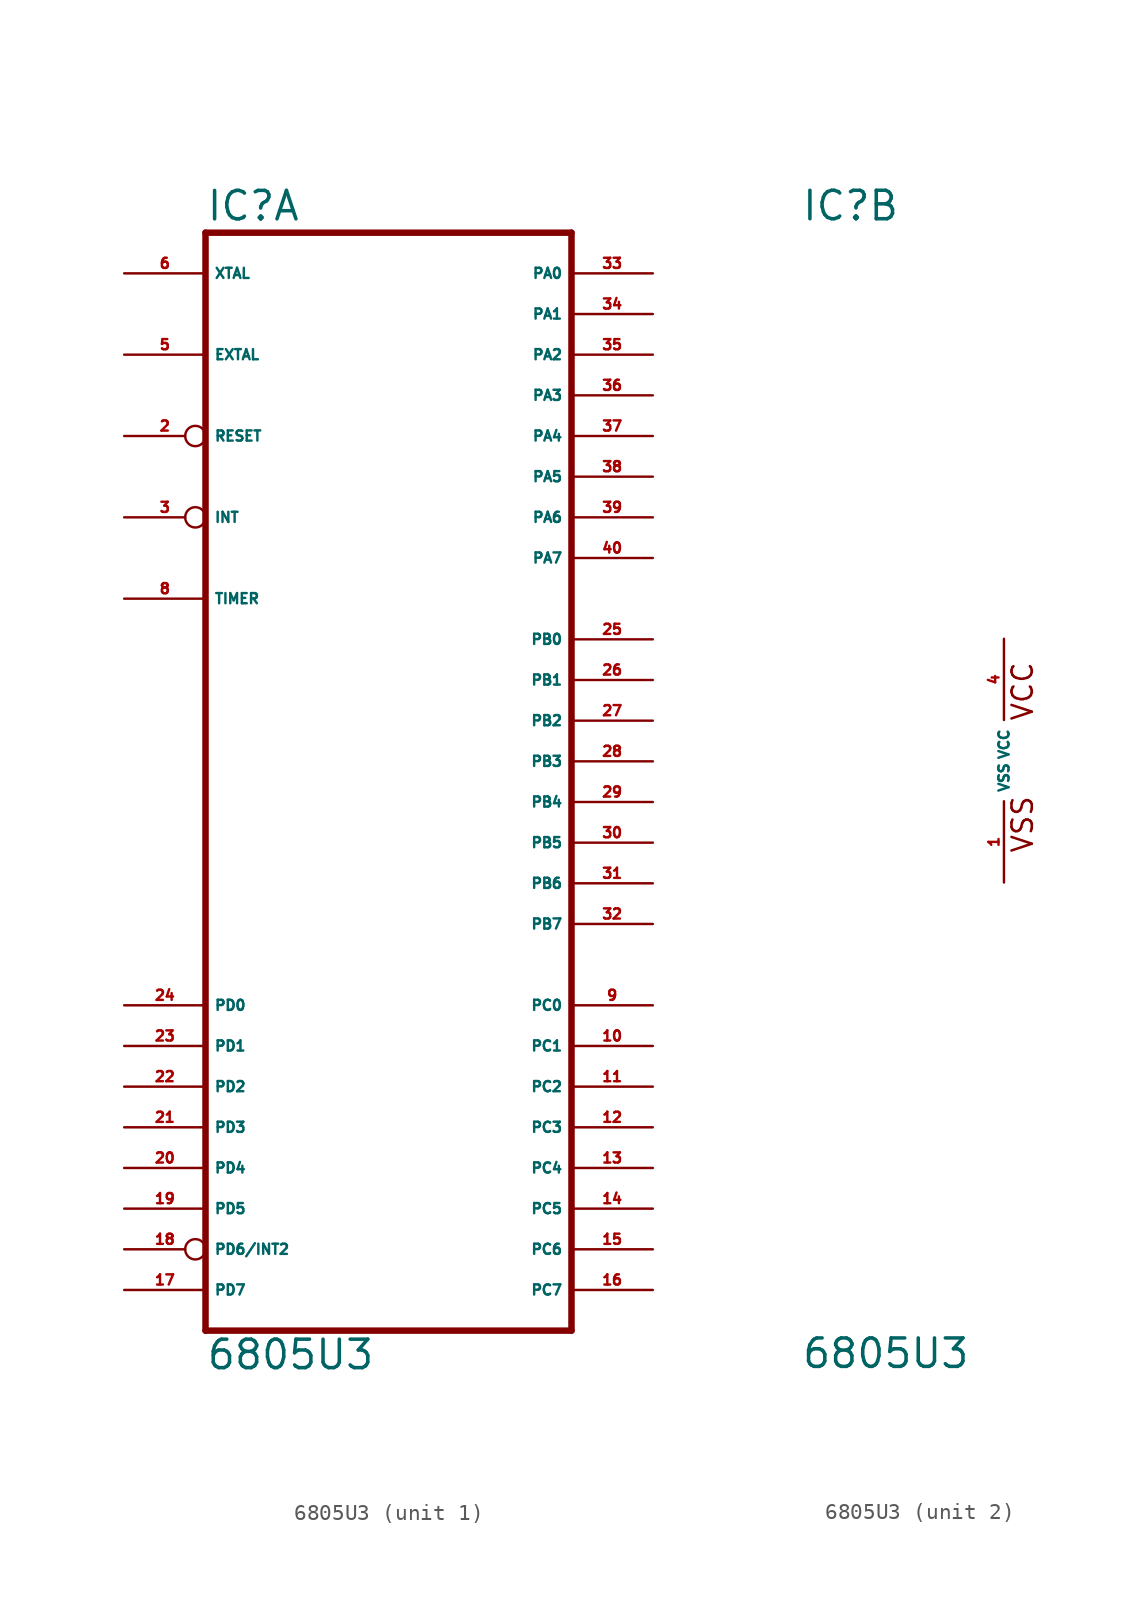
<source format=kicad_sym>
(kicad_symbol_lib
  (version 20220914)
  (generator Eagle2Kicad)
  (symbol "6805U3"
    (property "Reference" "IC"
      (at -12.7 33.655 0)
      (effects (font (size 1.778 1.778) (thickness 0.22)) (justify left bottom)))
    (property "Value" "6805U3"
      (at -12.7 -38.1 0)
      (effects (font (size 1.778 1.778) (thickness 0.22)) (justify left bottom)))
    (symbol "6805U3_1_0"
      (polyline (pts (xy -12.7 -35.56) (xy 10.16 -35.56)) (stroke (width 0.406) (type default)) (fill (type none)))
      (polyline (pts (xy 10.16 -35.56) (xy 10.16 33.02)) (stroke (width 0.406) (type default)) (fill (type none)))
      (polyline (pts (xy 10.16 33.02) (xy -12.7 33.02)) (stroke (width 0.406) (type default)) (fill (type none)))
      (polyline (pts (xy -12.7 33.02) (xy -12.7 -35.56)) (stroke (width 0.406) (type default)) (fill (type none)))
      (pin input inverted (at -17.78 20.32 0) (length 5.08) (name "RESET" (effects (font (size 0.635 0.635) (thickness 0.08)) (justify left bottom))) (number "2" (effects (font (size 0.635 0.635) (thickness 0.08)) (justify left bottom))))
      (pin input inverted (at -17.78 15.24 0) (length 5.08) (name "INT" (effects (font (size 0.635 0.635) (thickness 0.08)) (justify left bottom))) (number "3" (effects (font (size 0.635 0.635) (thickness 0.08)) (justify left bottom))))
      (pin input line (at -17.78 25.4 0) (length 5.08) (name "EXTAL" (effects (font (size 0.635 0.635) (thickness 0.08)) (justify left bottom))) (number "5" (effects (font (size 0.635 0.635) (thickness 0.08)) (justify left bottom))))
      (pin input line (at -17.78 30.48 0) (length 5.08) (name "XTAL" (effects (font (size 0.635 0.635) (thickness 0.08)) (justify left bottom))) (number "6" (effects (font (size 0.635 0.635) (thickness 0.08)) (justify left bottom))))
      (pin input line (at -17.78 10.16 0) (length 5.08) (name "TIMER" (effects (font (size 0.635 0.635) (thickness 0.08)) (justify left bottom))) (number "8" (effects (font (size 0.635 0.635) (thickness 0.08)) (justify left bottom))))
      (pin bidirectional line (at 15.24 -15.24 180) (length 5.08) (name "PC0" (effects (font (size 0.635 0.635) (thickness 0.08)) (justify left bottom))) (number "9" (effects (font (size 0.635 0.635) (thickness 0.08)) (justify left bottom))))
      (pin bidirectional line (at 15.24 -17.78 180) (length 5.08) (name "PC1" (effects (font (size 0.635 0.635) (thickness 0.08)) (justify left bottom))) (number "10" (effects (font (size 0.635 0.635) (thickness 0.08)) (justify left bottom))))
      (pin bidirectional line (at 15.24 -20.32 180) (length 5.08) (name "PC2" (effects (font (size 0.635 0.635) (thickness 0.08)) (justify left bottom))) (number "11" (effects (font (size 0.635 0.635) (thickness 0.08)) (justify left bottom))))
      (pin bidirectional line (at 15.24 -22.86 180) (length 5.08) (name "PC3" (effects (font (size 0.635 0.635) (thickness 0.08)) (justify left bottom))) (number "12" (effects (font (size 0.635 0.635) (thickness 0.08)) (justify left bottom))))
      (pin bidirectional line (at 15.24 -25.4 180) (length 5.08) (name "PC4" (effects (font (size 0.635 0.635) (thickness 0.08)) (justify left bottom))) (number "13" (effects (font (size 0.635 0.635) (thickness 0.08)) (justify left bottom))))
      (pin bidirectional line (at 15.24 -27.94 180) (length 5.08) (name "PC5" (effects (font (size 0.635 0.635) (thickness 0.08)) (justify left bottom))) (number "14" (effects (font (size 0.635 0.635) (thickness 0.08)) (justify left bottom))))
      (pin bidirectional line (at 15.24 -30.48 180) (length 5.08) (name "PC6" (effects (font (size 0.635 0.635) (thickness 0.08)) (justify left bottom))) (number "15" (effects (font (size 0.635 0.635) (thickness 0.08)) (justify left bottom))))
      (pin bidirectional line (at 15.24 -33.02 180) (length 5.08) (name "PC7" (effects (font (size 0.635 0.635) (thickness 0.08)) (justify left bottom))) (number "16" (effects (font (size 0.635 0.635) (thickness 0.08)) (justify left bottom))))
      (pin input line (at -17.78 -33.02 0) (length 5.08) (name "PD7" (effects (font (size 0.635 0.635) (thickness 0.08)) (justify left bottom))) (number "17" (effects (font (size 0.635 0.635) (thickness 0.08)) (justify left bottom))))
      (pin input inverted (at -17.78 -30.48 0) (length 5.08) (name "PD6/INT2" (effects (font (size 0.635 0.635) (thickness 0.08)) (justify left bottom))) (number "18" (effects (font (size 0.635 0.635) (thickness 0.08)) (justify left bottom))))
      (pin input line (at -17.78 -27.94 0) (length 5.08) (name "PD5" (effects (font (size 0.635 0.635) (thickness 0.08)) (justify left bottom))) (number "19" (effects (font (size 0.635 0.635) (thickness 0.08)) (justify left bottom))))
      (pin input line (at -17.78 -25.4 0) (length 5.08) (name "PD4" (effects (font (size 0.635 0.635) (thickness 0.08)) (justify left bottom))) (number "20" (effects (font (size 0.635 0.635) (thickness 0.08)) (justify left bottom))))
      (pin input line (at -17.78 -22.86 0) (length 5.08) (name "PD3" (effects (font (size 0.635 0.635) (thickness 0.08)) (justify left bottom))) (number "21" (effects (font (size 0.635 0.635) (thickness 0.08)) (justify left bottom))))
      (pin input line (at -17.78 -20.32 0) (length 5.08) (name "PD2" (effects (font (size 0.635 0.635) (thickness 0.08)) (justify left bottom))) (number "22" (effects (font (size 0.635 0.635) (thickness 0.08)) (justify left bottom))))
      (pin input line (at -17.78 -17.78 0) (length 5.08) (name "PD1" (effects (font (size 0.635 0.635) (thickness 0.08)) (justify left bottom))) (number "23" (effects (font (size 0.635 0.635) (thickness 0.08)) (justify left bottom))))
      (pin input line (at -17.78 -15.24 0) (length 5.08) (name "PD0" (effects (font (size 0.635 0.635) (thickness 0.08)) (justify left bottom))) (number "24" (effects (font (size 0.635 0.635) (thickness 0.08)) (justify left bottom))))
      (pin bidirectional line (at 15.24 7.62 180) (length 5.08) (name "PB0" (effects (font (size 0.635 0.635) (thickness 0.08)) (justify left bottom))) (number "25" (effects (font (size 0.635 0.635) (thickness 0.08)) (justify left bottom))))
      (pin bidirectional line (at 15.24 5.08 180) (length 5.08) (name "PB1" (effects (font (size 0.635 0.635) (thickness 0.08)) (justify left bottom))) (number "26" (effects (font (size 0.635 0.635) (thickness 0.08)) (justify left bottom))))
      (pin bidirectional line (at 15.24 2.54 180) (length 5.08) (name "PB2" (effects (font (size 0.635 0.635) (thickness 0.08)) (justify left bottom))) (number "27" (effects (font (size 0.635 0.635) (thickness 0.08)) (justify left bottom))))
      (pin bidirectional line (at 15.24 0 180) (length 5.08) (name "PB3" (effects (font (size 0.635 0.635) (thickness 0.08)) (justify left bottom))) (number "28" (effects (font (size 0.635 0.635) (thickness 0.08)) (justify left bottom))))
      (pin bidirectional line (at 15.24 -2.54 180) (length 5.08) (name "PB4" (effects (font (size 0.635 0.635) (thickness 0.08)) (justify left bottom))) (number "29" (effects (font (size 0.635 0.635) (thickness 0.08)) (justify left bottom))))
      (pin bidirectional line (at 15.24 -5.08 180) (length 5.08) (name "PB5" (effects (font (size 0.635 0.635) (thickness 0.08)) (justify left bottom))) (number "30" (effects (font (size 0.635 0.635) (thickness 0.08)) (justify left bottom))))
      (pin bidirectional line (at 15.24 -7.62 180) (length 5.08) (name "PB6" (effects (font (size 0.635 0.635) (thickness 0.08)) (justify left bottom))) (number "31" (effects (font (size 0.635 0.635) (thickness 0.08)) (justify left bottom))))
      (pin bidirectional line (at 15.24 -10.16 180) (length 5.08) (name "PB7" (effects (font (size 0.635 0.635) (thickness 0.08)) (justify left bottom))) (number "32" (effects (font (size 0.635 0.635) (thickness 0.08)) (justify left bottom))))
      (pin bidirectional line (at 15.24 30.48 180) (length 5.08) (name "PA0" (effects (font (size 0.635 0.635) (thickness 0.08)) (justify left bottom))) (number "33" (effects (font (size 0.635 0.635) (thickness 0.08)) (justify left bottom))))
      (pin bidirectional line (at 15.24 27.94 180) (length 5.08) (name "PA1" (effects (font (size 0.635 0.635) (thickness 0.08)) (justify left bottom))) (number "34" (effects (font (size 0.635 0.635) (thickness 0.08)) (justify left bottom))))
      (pin bidirectional line (at 15.24 25.4 180) (length 5.08) (name "PA2" (effects (font (size 0.635 0.635) (thickness 0.08)) (justify left bottom))) (number "35" (effects (font (size 0.635 0.635) (thickness 0.08)) (justify left bottom))))
      (pin bidirectional line (at 15.24 22.86 180) (length 5.08) (name "PA3" (effects (font (size 0.635 0.635) (thickness 0.08)) (justify left bottom))) (number "36" (effects (font (size 0.635 0.635) (thickness 0.08)) (justify left bottom))))
      (pin bidirectional line (at 15.24 20.32 180) (length 5.08) (name "PA4" (effects (font (size 0.635 0.635) (thickness 0.08)) (justify left bottom))) (number "37" (effects (font (size 0.635 0.635) (thickness 0.08)) (justify left bottom))))
      (pin bidirectional line (at 15.24 17.78 180) (length 5.08) (name "PA5" (effects (font (size 0.635 0.635) (thickness 0.08)) (justify left bottom))) (number "38" (effects (font (size 0.635 0.635) (thickness 0.08)) (justify left bottom))))
      (pin bidirectional line (at 15.24 15.24 180) (length 5.08) (name "PA6" (effects (font (size 0.635 0.635) (thickness 0.08)) (justify left bottom))) (number "39" (effects (font (size 0.635 0.635) (thickness 0.08)) (justify left bottom))))
      (pin bidirectional line (at 15.24 12.7 180) (length 5.08) (name "PA7" (effects (font (size 0.635 0.635) (thickness 0.08)) (justify left bottom))) (number "40" (effects (font (size 0.635 0.635) (thickness 0.08)) (justify left bottom)))))
    (symbol "6805U3_2_0"
      (text "VSS" (at 1.905 -5.842 900) (effects (font (size 1.27 1.27) (thickness 0.16)) (justify left bottom)))
      (text "VCC" (at 1.905 2.413 900) (effects (font (size 1.27 1.27) (thickness 0.16)) (justify left bottom)))
      (pin unspecified line (at 0 -7.62 90) (length 5.08) (name "VSS" (effects (font (size 0.635 0.635) (thickness 0.08)) (justify left bottom))) (number "1" (effects (font (size 0.635 0.635) (thickness 0.08)) (justify left bottom))))
      (pin unspecified line (at 0 7.62 270) (length 5.08) (name "VCC" (effects (font (size 0.635 0.635) (thickness 0.08)) (justify left bottom))) (number "4" (effects (font (size 0.635 0.635) (thickness 0.08)) (justify left bottom)))))))
</source>
